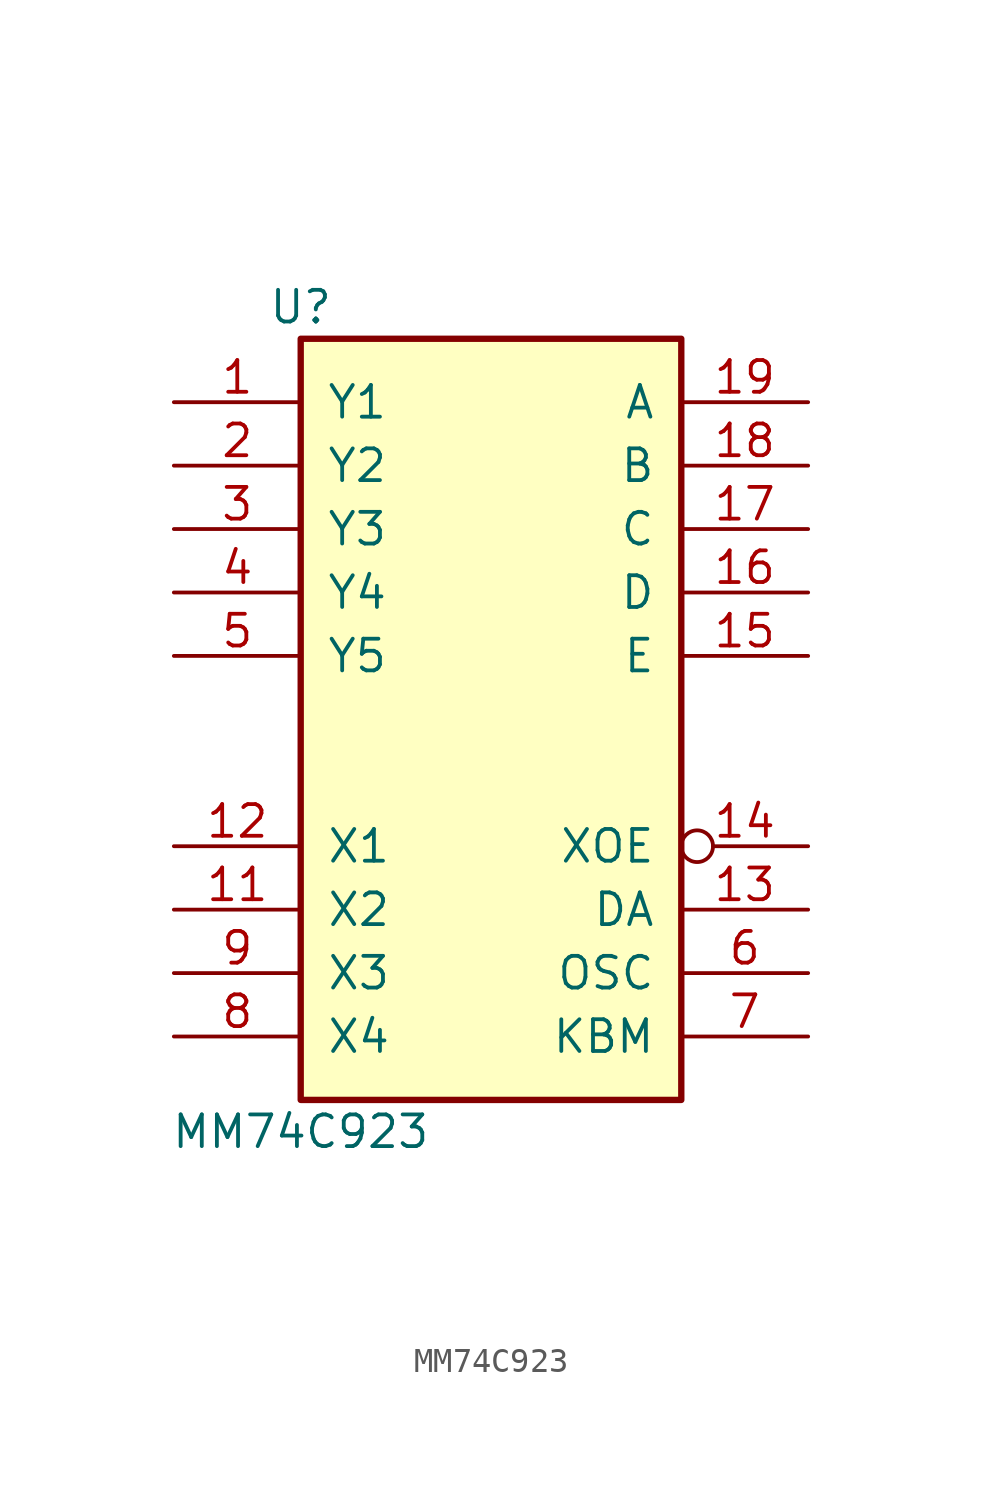
<source format=kicad_sym>
(kicad_symbol_lib
  (version 20211014)
  (generator kicad_symbol_editor)
  (symbol "MM74C923"
    (pin_names
      (offset 1.016))
    (property "Reference" "U"
      (at -7.62 16.51 0)
      (effects (font (size 1.27 1.27))))
    (property "Value" "MM74C923"
      (at -7.62 -16.51 0)
      (effects (font (size 1.27 1.27))))
    (property "ki_locked" ""
      (at 0 0 0)
      (effects (font (size 1.27 1.27))))
    (symbol "MM74C923_1_0"
      (pin input line (at -12.7 12.7 0) (length 5.08) (name "Y1" (effects (font (size 1.27 1.27)))) (number "1" (effects (font (size 1.27 1.27)))))
      (pin input line (at 0 -20.32 90) (length 5.08) hide (name "GND" (effects (font (size 1.27 1.27)))) (number "10" (effects (font (size 1.27 1.27)))))
      (pin output line (at -12.7 -7.62 0) (length 5.08) (name "X2" (effects (font (size 1.27 1.27)))) (number "11" (effects (font (size 1.27 1.27)))))
      (pin output line (at -12.7 -5.08 0) (length 5.08) (name "X1" (effects (font (size 1.27 1.27)))) (number "12" (effects (font (size 1.27 1.27)))))
      (pin output line (at 12.7 -7.62 180) (length 5.08) (name "DA" (effects (font (size 1.27 1.27)))) (number "13" (effects (font (size 1.27 1.27)))))
      (pin input inverted (at 12.7 -5.08 180) (length 5.08) (name "XOE" (effects (font (size 1.27 1.27)))) (number "14" (effects (font (size 1.27 1.27)))))
      (pin tri_state line (at 12.7 2.54 180) (length 5.08) (name "E" (effects (font (size 1.27 1.27)))) (number "15" (effects (font (size 1.27 1.27)))))
      (pin tri_state line (at 12.7 5.08 180) (length 5.08) (name "D" (effects (font (size 1.27 1.27)))) (number "16" (effects (font (size 1.27 1.27)))))
      (pin tri_state line (at 12.7 7.62 180) (length 5.08) (name "C" (effects (font (size 1.27 1.27)))) (number "17" (effects (font (size 1.27 1.27)))))
      (pin tri_state line (at 12.7 10.16 180) (length 5.08) (name "B" (effects (font (size 1.27 1.27)))) (number "18" (effects (font (size 1.27 1.27)))))
      (pin tri_state line (at 12.7 12.7 180) (length 5.08) (name "A" (effects (font (size 1.27 1.27)))) (number "19" (effects (font (size 1.27 1.27)))))
      (pin input line (at -12.7 10.16 0) (length 5.08) (name "Y2" (effects (font (size 1.27 1.27)))) (number "2" (effects (font (size 1.27 1.27)))))
      (pin input line (at 0 20.32 270) (length 5.08) hide (name "VCC" (effects (font (size 1.27 1.27)))) (number "20" (effects (font (size 1.27 1.27)))))
      (pin input line (at -12.7 7.62 0) (length 5.08) (name "Y3" (effects (font (size 1.27 1.27)))) (number "3" (effects (font (size 1.27 1.27)))))
      (pin input line (at -12.7 5.08 0) (length 5.08) (name "Y4" (effects (font (size 1.27 1.27)))) (number "4" (effects (font (size 1.27 1.27)))))
      (pin input line (at -12.7 2.54 0) (length 5.08) (name "Y5" (effects (font (size 1.27 1.27)))) (number "5" (effects (font (size 1.27 1.27)))))
      (pin input line (at 12.7 -10.16 180) (length 5.08) (name "OSC" (effects (font (size 1.27 1.27)))) (number "6" (effects (font (size 1.27 1.27)))))
      (pin input line (at 12.7 -12.7 180) (length 5.08) (name "KBM" (effects (font (size 1.27 1.27)))) (number "7" (effects (font (size 1.27 1.27)))))
      (pin output line (at -12.7 -12.7 0) (length 5.08) (name "X4" (effects (font (size 1.27 1.27)))) (number "8" (effects (font (size 1.27 1.27)))))
      (pin output line (at -12.7 -10.16 0) (length 5.08) (name "X3" (effects (font (size 1.27 1.27)))) (number "9" (effects (font (size 1.27 1.27))))))
    (symbol "MM74C923_1_1"
      (rectangle (start -7.62 15.24) (end 7.62 -15.24) (stroke (width 0.254) (type default) (color 0 0 0 0)) (fill (type background))))))
</source>
